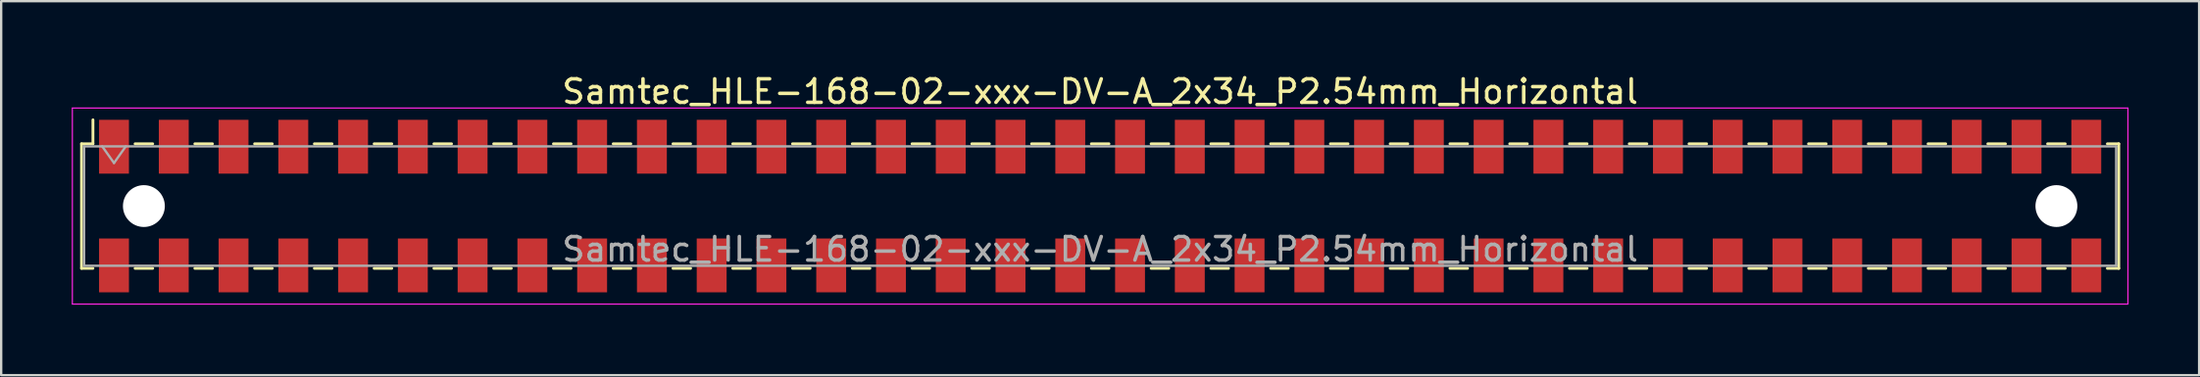
<source format=kicad_pcb>
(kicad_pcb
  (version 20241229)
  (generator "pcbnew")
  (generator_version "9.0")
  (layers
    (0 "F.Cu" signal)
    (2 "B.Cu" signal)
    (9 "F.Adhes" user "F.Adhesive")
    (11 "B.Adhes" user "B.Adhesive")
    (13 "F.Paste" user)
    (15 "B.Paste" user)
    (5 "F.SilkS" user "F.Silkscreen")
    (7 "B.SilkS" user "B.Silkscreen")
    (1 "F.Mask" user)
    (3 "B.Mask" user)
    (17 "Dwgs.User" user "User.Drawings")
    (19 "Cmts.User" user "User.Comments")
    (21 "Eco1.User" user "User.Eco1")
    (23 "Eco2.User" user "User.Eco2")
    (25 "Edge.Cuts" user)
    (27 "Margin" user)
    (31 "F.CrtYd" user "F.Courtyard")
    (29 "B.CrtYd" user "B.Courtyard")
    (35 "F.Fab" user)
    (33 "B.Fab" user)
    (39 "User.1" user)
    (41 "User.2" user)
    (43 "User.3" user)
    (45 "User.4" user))
  (footprint "Samtec_HLE-168-02-xxx-DV-A_2x34_P2.54mm_Horizontal"
    (layer "F.Cu")
    (at 43.705 5.718)
    (property "Reference" "Samtec_HLE-168-02-xxx-DV-A_2x34_P2.54mm_Horizontal" (at 0 -4.87 0) (layer "F.SilkS") (effects (font (size 1 1) (thickness 0.15))))
    (attr smd)
    (fp_line (start -43.29 -2.65) (end -43.29 2.65) (stroke (width 0.12) (type solid)) (layer "F.SilkS"))
    (fp_line (start -43.29 2.65) (end -42.805 2.65) (stroke (width 0.12) (type solid)) (layer "F.SilkS"))
    (fp_line (start -42.805 -3.67) (end -42.805 -2.65) (stroke (width 0.12) (type solid)) (layer "F.SilkS"))
    (fp_line (start -42.805 -2.65) (end -43.29 -2.65) (stroke (width 0.12) (type solid)) (layer "F.SilkS"))
    (fp_line (start -41.015 -2.65) (end -40.265 -2.65) (stroke (width 0.12) (type solid)) (layer "F.SilkS"))
    (fp_line (start -41.015 2.65) (end -40.265 2.65) (stroke (width 0.12) (type solid)) (layer "F.SilkS"))
    (fp_line (start -38.475 -2.65) (end -37.725 -2.65) (stroke (width 0.12) (type solid)) (layer "F.SilkS"))
    (fp_line (start -38.475 2.65) (end -37.725 2.65) (stroke (width 0.12) (type solid)) (layer "F.SilkS"))
    (fp_line (start -35.935 -2.65) (end -35.185 -2.65) (stroke (width 0.12) (type solid)) (layer "F.SilkS"))
    (fp_line (start -35.935 2.65) (end -35.185 2.65) (stroke (width 0.12) (type solid)) (layer "F.SilkS"))
    (fp_line (start -33.395 -2.65) (end -32.645 -2.65) (stroke (width 0.12) (type solid)) (layer "F.SilkS"))
    (fp_line (start -33.395 2.65) (end -32.645 2.65) (stroke (width 0.12) (type solid)) (layer "F.SilkS"))
    (fp_line (start -30.855 -2.65) (end -30.105 -2.65) (stroke (width 0.12) (type solid)) (layer "F.SilkS"))
    (fp_line (start -30.855 2.65) (end -30.105 2.65) (stroke (width 0.12) (type solid)) (layer "F.SilkS"))
    (fp_line (start -28.315 -2.65) (end -27.565 -2.65) (stroke (width 0.12) (type solid)) (layer "F.SilkS"))
    (fp_line (start -28.315 2.65) (end -27.565 2.65) (stroke (width 0.12) (type solid)) (layer "F.SilkS"))
    (fp_line (start -25.775 -2.65) (end -25.025 -2.65) (stroke (width 0.12) (type solid)) (layer "F.SilkS"))
    (fp_line (start -25.775 2.65) (end -25.025 2.65) (stroke (width 0.12) (type solid)) (layer "F.SilkS"))
    (fp_line (start -23.235 -2.65) (end -22.485 -2.65) (stroke (width 0.12) (type solid)) (layer "F.SilkS"))
    (fp_line (start -23.235 2.65) (end -22.485 2.65) (stroke (width 0.12) (type solid)) (layer "F.SilkS"))
    (fp_line (start -20.695 -2.65) (end -19.945 -2.65) (stroke (width 0.12) (type solid)) (layer "F.SilkS"))
    (fp_line (start -20.695 2.65) (end -19.945 2.65) (stroke (width 0.12) (type solid)) (layer "F.SilkS"))
    (fp_line (start -18.155 -2.65) (end -17.405 -2.65) (stroke (width 0.12) (type solid)) (layer "F.SilkS"))
    (fp_line (start -18.155 2.65) (end -17.405 2.65) (stroke (width 0.12) (type solid)) (layer "F.SilkS"))
    (fp_line (start -15.615 -2.65) (end -14.865 -2.65) (stroke (width 0.12) (type solid)) (layer "F.SilkS"))
    (fp_line (start -15.615 2.65) (end -14.865 2.65) (stroke (width 0.12) (type solid)) (layer "F.SilkS"))
    (fp_line (start -13.075 -2.65) (end -12.325 -2.65) (stroke (width 0.12) (type solid)) (layer "F.SilkS"))
    (fp_line (start -13.075 2.65) (end -12.325 2.65) (stroke (width 0.12) (type solid)) (layer "F.SilkS"))
    (fp_line (start -10.535 -2.65) (end -9.785 -2.65) (stroke (width 0.12) (type solid)) (layer "F.SilkS"))
    (fp_line (start -10.535 2.65) (end -9.785 2.65) (stroke (width 0.12) (type solid)) (layer "F.SilkS"))
    (fp_line (start -7.995 -2.65) (end -7.245 -2.65) (stroke (width 0.12) (type solid)) (layer "F.SilkS"))
    (fp_line (start -7.995 2.65) (end -7.245 2.65) (stroke (width 0.12) (type solid)) (layer "F.SilkS"))
    (fp_line (start -5.455 -2.65) (end -4.705 -2.65) (stroke (width 0.12) (type solid)) (layer "F.SilkS"))
    (fp_line (start -5.455 2.65) (end -4.705 2.65) (stroke (width 0.12) (type solid)) (layer "F.SilkS"))
    (fp_line (start -2.915 -2.65) (end -2.165 -2.65) (stroke (width 0.12) (type solid)) (layer "F.SilkS"))
    (fp_line (start -2.915 2.65) (end -2.165 2.65) (stroke (width 0.12) (type solid)) (layer "F.SilkS"))
    (fp_line (start -0.375 -2.65) (end 0.375 -2.65) (stroke (width 0.12) (type solid)) (layer "F.SilkS"))
    (fp_line (start -0.375 2.65) (end 0.375 2.65) (stroke (width 0.12) (type solid)) (layer "F.SilkS"))
    (fp_line (start 2.165 -2.65) (end 2.915 -2.65) (stroke (width 0.12) (type solid)) (layer "F.SilkS"))
    (fp_line (start 2.165 2.65) (end 2.915 2.65) (stroke (width 0.12) (type solid)) (layer "F.SilkS"))
    (fp_line (start 4.705 -2.65) (end 5.455 -2.65) (stroke (width 0.12) (type solid)) (layer "F.SilkS"))
    (fp_line (start 4.705 2.65) (end 5.455 2.65) (stroke (width 0.12) (type solid)) (layer "F.SilkS"))
    (fp_line (start 7.245 -2.65) (end 7.995 -2.65) (stroke (width 0.12) (type solid)) (layer "F.SilkS"))
    (fp_line (start 7.245 2.65) (end 7.995 2.65) (stroke (width 0.12) (type solid)) (layer "F.SilkS"))
    (fp_line (start 9.785 -2.65) (end 10.535 -2.65) (stroke (width 0.12) (type solid)) (layer "F.SilkS"))
    (fp_line (start 9.785 2.65) (end 10.535 2.65) (stroke (width 0.12) (type solid)) (layer "F.SilkS"))
    (fp_line (start 12.325 -2.65) (end 13.075 -2.65) (stroke (width 0.12) (type solid)) (layer "F.SilkS"))
    (fp_line (start 12.325 2.65) (end 13.075 2.65) (stroke (width 0.12) (type solid)) (layer "F.SilkS"))
    (fp_line (start 14.865 -2.65) (end 15.615 -2.65) (stroke (width 0.12) (type solid)) (layer "F.SilkS"))
    (fp_line (start 14.865 2.65) (end 15.615 2.65) (stroke (width 0.12) (type solid)) (layer "F.SilkS"))
    (fp_line (start 17.405 -2.65) (end 18.155 -2.65) (stroke (width 0.12) (type solid)) (layer "F.SilkS"))
    (fp_line (start 17.405 2.65) (end 18.155 2.65) (stroke (width 0.12) (type solid)) (layer "F.SilkS"))
    (fp_line (start 19.945 -2.65) (end 20.695 -2.65) (stroke (width 0.12) (type solid)) (layer "F.SilkS"))
    (fp_line (start 19.945 2.65) (end 20.695 2.65) (stroke (width 0.12) (type solid)) (layer "F.SilkS"))
    (fp_line (start 22.485 -2.65) (end 23.235 -2.65) (stroke (width 0.12) (type solid)) (layer "F.SilkS"))
    (fp_line (start 22.485 2.65) (end 23.235 2.65) (stroke (width 0.12) (type solid)) (layer "F.SilkS"))
    (fp_line (start 25.025 -2.65) (end 25.775 -2.65) (stroke (width 0.12) (type solid)) (layer "F.SilkS"))
    (fp_line (start 25.025 2.65) (end 25.775 2.65) (stroke (width 0.12) (type solid)) (layer "F.SilkS"))
    (fp_line (start 27.565 -2.65) (end 28.315 -2.65) (stroke (width 0.12) (type solid)) (layer "F.SilkS"))
    (fp_line (start 27.565 2.65) (end 28.315 2.65) (stroke (width 0.12) (type solid)) (layer "F.SilkS"))
    (fp_line (start 30.105 -2.65) (end 30.855 -2.65) (stroke (width 0.12) (type solid)) (layer "F.SilkS"))
    (fp_line (start 30.105 2.65) (end 30.855 2.65) (stroke (width 0.12) (type solid)) (layer "F.SilkS"))
    (fp_line (start 32.645 -2.65) (end 33.395 -2.65) (stroke (width 0.12) (type solid)) (layer "F.SilkS"))
    (fp_line (start 32.645 2.65) (end 33.395 2.65) (stroke (width 0.12) (type solid)) (layer "F.SilkS"))
    (fp_line (start 35.185 -2.65) (end 35.935 -2.65) (stroke (width 0.12) (type solid)) (layer "F.SilkS"))
    (fp_line (start 35.185 2.65) (end 35.935 2.65) (stroke (width 0.12) (type solid)) (layer "F.SilkS"))
    (fp_line (start 37.725 -2.65) (end 38.475 -2.65) (stroke (width 0.12) (type solid)) (layer "F.SilkS"))
    (fp_line (start 37.725 2.65) (end 38.475 2.65) (stroke (width 0.12) (type solid)) (layer "F.SilkS"))
    (fp_line (start 40.265 -2.65) (end 41.015 -2.65) (stroke (width 0.12) (type solid)) (layer "F.SilkS"))
    (fp_line (start 40.265 2.65) (end 41.015 2.65) (stroke (width 0.12) (type solid)) (layer "F.SilkS"))
    (fp_line (start 42.805 -2.65) (end 43.29 -2.65) (stroke (width 0.12) (type solid)) (layer "F.SilkS"))
    (fp_line (start 43.29 -2.65) (end 43.29 2.65) (stroke (width 0.12) (type solid)) (layer "F.SilkS"))
    (fp_line (start 43.29 2.65) (end 42.805 2.65) (stroke (width 0.12) (type solid)) (layer "F.SilkS"))
    (fp_line (start -43.68 -4.17) (end 43.68 -4.17) (stroke (width 0.05) (type solid)) (layer "F.CrtYd"))
    (fp_line (start -43.68 4.17) (end -43.68 -4.17) (stroke (width 0.05) (type solid)) (layer "F.CrtYd"))
    (fp_line (start 43.68 -4.17) (end 43.68 4.17) (stroke (width 0.05) (type solid)) (layer "F.CrtYd"))
    (fp_line (start 43.68 4.17) (end -43.68 4.17) (stroke (width 0.05) (type solid)) (layer "F.CrtYd"))
    (fp_line (start -43.18 -2.54) (end 43.18 -2.54) (stroke (width 0.1) (type solid)) (layer "F.Fab"))
    (fp_line (start -43.18 2.54) (end -43.18 -2.54) (stroke (width 0.1) (type solid)) (layer "F.Fab"))
    (fp_line (start -42.41 -2.54) (end -41.91 -1.833) (stroke (width 0.1) (type solid)) (layer "F.Fab"))
    (fp_line (start -41.91 -1.833) (end -41.41 -2.54) (stroke (width 0.1) (type solid)) (layer "F.Fab"))
    (fp_line (start 43.18 -2.54) (end 43.18 2.54) (stroke (width 0.1) (type solid)) (layer "F.Fab"))
    (fp_line (start 43.18 2.54) (end -43.18 2.54) (stroke (width 0.1) (type solid)) (layer "F.Fab"))
    (fp_text user "${REFERENCE}" (at 0 1.84 0) (layer "F.Fab") (effects (font (size 1 1) (thickness 0.15))))
    (pad "" np_thru_hole circle (at -40.64 0) (size 1.78 1.78) (drill 1.78) (layers "*.Cu" "*.Mask"))
    (pad "" np_thru_hole circle (at 40.64 0) (size 1.78 1.78) (drill 1.78) (layers "*.Cu" "*.Mask"))
    (pad "1" smd rect (at -41.91 -2.525) (size 1.27 2.29) (layers "F.Cu" "F.Mask" "F.Paste"))
    (pad "2" smd rect (at -41.91 2.525) (size 1.27 2.29) (layers "F.Cu" "F.Mask" "F.Paste"))
    (pad "3" smd rect (at -39.37 -2.525) (size 1.27 2.29) (layers "F.Cu" "F.Mask" "F.Paste"))
    (pad "4" smd rect (at -39.37 2.525) (size 1.27 2.29) (layers "F.Cu" "F.Mask" "F.Paste"))
    (pad "5" smd rect (at -36.83 -2.525) (size 1.27 2.29) (layers "F.Cu" "F.Mask" "F.Paste"))
    (pad "6" smd rect (at -36.83 2.525) (size 1.27 2.29) (layers "F.Cu" "F.Mask" "F.Paste"))
    (pad "7" smd rect (at -34.29 -2.525) (size 1.27 2.29) (layers "F.Cu" "F.Mask" "F.Paste"))
    (pad "8" smd rect (at -34.29 2.525) (size 1.27 2.29) (layers "F.Cu" "F.Mask" "F.Paste"))
    (pad "9" smd rect (at -31.75 -2.525) (size 1.27 2.29) (layers "F.Cu" "F.Mask" "F.Paste"))
    (pad "10" smd rect (at -31.75 2.525) (size 1.27 2.29) (layers "F.Cu" "F.Mask" "F.Paste"))
    (pad "11" smd rect (at -29.21 -2.525) (size 1.27 2.29) (layers "F.Cu" "F.Mask" "F.Paste"))
    (pad "12" smd rect (at -29.21 2.525) (size 1.27 2.29) (layers "F.Cu" "F.Mask" "F.Paste"))
    (pad "13" smd rect (at -26.67 -2.525) (size 1.27 2.29) (layers "F.Cu" "F.Mask" "F.Paste"))
    (pad "14" smd rect (at -26.67 2.525) (size 1.27 2.29) (layers "F.Cu" "F.Mask" "F.Paste"))
    (pad "15" smd rect (at -24.13 -2.525) (size 1.27 2.29) (layers "F.Cu" "F.Mask" "F.Paste"))
    (pad "16" smd rect (at -24.13 2.525) (size 1.27 2.29) (layers "F.Cu" "F.Mask" "F.Paste"))
    (pad "17" smd rect (at -21.59 -2.525) (size 1.27 2.29) (layers "F.Cu" "F.Mask" "F.Paste"))
    (pad "18" smd rect (at -21.59 2.525) (size 1.27 2.29) (layers "F.Cu" "F.Mask" "F.Paste"))
    (pad "19" smd rect (at -19.05 -2.525) (size 1.27 2.29) (layers "F.Cu" "F.Mask" "F.Paste"))
    (pad "20" smd rect (at -19.05 2.525) (size 1.27 2.29) (layers "F.Cu" "F.Mask" "F.Paste"))
    (pad "21" smd rect (at -16.51 -2.525) (size 1.27 2.29) (layers "F.Cu" "F.Mask" "F.Paste"))
    (pad "22" smd rect (at -16.51 2.525) (size 1.27 2.29) (layers "F.Cu" "F.Mask" "F.Paste"))
    (pad "23" smd rect (at -13.97 -2.525) (size 1.27 2.29) (layers "F.Cu" "F.Mask" "F.Paste"))
    (pad "24" smd rect (at -13.97 2.525) (size 1.27 2.29) (layers "F.Cu" "F.Mask" "F.Paste"))
    (pad "25" smd rect (at -11.43 -2.525) (size 1.27 2.29) (layers "F.Cu" "F.Mask" "F.Paste"))
    (pad "26" smd rect (at -11.43 2.525) (size 1.27 2.29) (layers "F.Cu" "F.Mask" "F.Paste"))
    (pad "27" smd rect (at -8.89 -2.525) (size 1.27 2.29) (layers "F.Cu" "F.Mask" "F.Paste"))
    (pad "28" smd rect (at -8.89 2.525) (size 1.27 2.29) (layers "F.Cu" "F.Mask" "F.Paste"))
    (pad "29" smd rect (at -6.35 -2.525) (size 1.27 2.29) (layers "F.Cu" "F.Mask" "F.Paste"))
    (pad "30" smd rect (at -6.35 2.525) (size 1.27 2.29) (layers "F.Cu" "F.Mask" "F.Paste"))
    (pad "31" smd rect (at -3.81 -2.525) (size 1.27 2.29) (layers "F.Cu" "F.Mask" "F.Paste"))
    (pad "32" smd rect (at -3.81 2.525) (size 1.27 2.29) (layers "F.Cu" "F.Mask" "F.Paste"))
    (pad "33" smd rect (at -1.27 -2.525) (size 1.27 2.29) (layers "F.Cu" "F.Mask" "F.Paste"))
    (pad "34" smd rect (at -1.27 2.525) (size 1.27 2.29) (layers "F.Cu" "F.Mask" "F.Paste"))
    (pad "35" smd rect (at 1.27 -2.525) (size 1.27 2.29) (layers "F.Cu" "F.Mask" "F.Paste"))
    (pad "36" smd rect (at 1.27 2.525) (size 1.27 2.29) (layers "F.Cu" "F.Mask" "F.Paste"))
    (pad "37" smd rect (at 3.81 -2.525) (size 1.27 2.29) (layers "F.Cu" "F.Mask" "F.Paste"))
    (pad "38" smd rect (at 3.81 2.525) (size 1.27 2.29) (layers "F.Cu" "F.Mask" "F.Paste"))
    (pad "39" smd rect (at 6.35 -2.525) (size 1.27 2.29) (layers "F.Cu" "F.Mask" "F.Paste"))
    (pad "40" smd rect (at 6.35 2.525) (size 1.27 2.29) (layers "F.Cu" "F.Mask" "F.Paste"))
    (pad "41" smd rect (at 8.89 -2.525) (size 1.27 2.29) (layers "F.Cu" "F.Mask" "F.Paste"))
    (pad "42" smd rect (at 8.89 2.525) (size 1.27 2.29) (layers "F.Cu" "F.Mask" "F.Paste"))
    (pad "43" smd rect (at 11.43 -2.525) (size 1.27 2.29) (layers "F.Cu" "F.Mask" "F.Paste"))
    (pad "44" smd rect (at 11.43 2.525) (size 1.27 2.29) (layers "F.Cu" "F.Mask" "F.Paste"))
    (pad "45" smd rect (at 13.97 -2.525) (size 1.27 2.29) (layers "F.Cu" "F.Mask" "F.Paste"))
    (pad "46" smd rect (at 13.97 2.525) (size 1.27 2.29) (layers "F.Cu" "F.Mask" "F.Paste"))
    (pad "47" smd rect (at 16.51 -2.525) (size 1.27 2.29) (layers "F.Cu" "F.Mask" "F.Paste"))
    (pad "48" smd rect (at 16.51 2.525) (size 1.27 2.29) (layers "F.Cu" "F.Mask" "F.Paste"))
    (pad "49" smd rect (at 19.05 -2.525) (size 1.27 2.29) (layers "F.Cu" "F.Mask" "F.Paste"))
    (pad "50" smd rect (at 19.05 2.525) (size 1.27 2.29) (layers "F.Cu" "F.Mask" "F.Paste"))
    (pad "51" smd rect (at 21.59 -2.525) (size 1.27 2.29) (layers "F.Cu" "F.Mask" "F.Paste"))
    (pad "52" smd rect (at 21.59 2.525) (size 1.27 2.29) (layers "F.Cu" "F.Mask" "F.Paste"))
    (pad "53" smd rect (at 24.13 -2.525) (size 1.27 2.29) (layers "F.Cu" "F.Mask" "F.Paste"))
    (pad "54" smd rect (at 24.13 2.525) (size 1.27 2.29) (layers "F.Cu" "F.Mask" "F.Paste"))
    (pad "55" smd rect (at 26.67 -2.525) (size 1.27 2.29) (layers "F.Cu" "F.Mask" "F.Paste"))
    (pad "56" smd rect (at 26.67 2.525) (size 1.27 2.29) (layers "F.Cu" "F.Mask" "F.Paste"))
    (pad "57" smd rect (at 29.21 -2.525) (size 1.27 2.29) (layers "F.Cu" "F.Mask" "F.Paste"))
    (pad "58" smd rect (at 29.21 2.525) (size 1.27 2.29) (layers "F.Cu" "F.Mask" "F.Paste"))
    (pad "59" smd rect (at 31.75 -2.525) (size 1.27 2.29) (layers "F.Cu" "F.Mask" "F.Paste"))
    (pad "60" smd rect (at 31.75 2.525) (size 1.27 2.29) (layers "F.Cu" "F.Mask" "F.Paste"))
    (pad "61" smd rect (at 34.29 -2.525) (size 1.27 2.29) (layers "F.Cu" "F.Mask" "F.Paste"))
    (pad "62" smd rect (at 34.29 2.525) (size 1.27 2.29) (layers "F.Cu" "F.Mask" "F.Paste"))
    (pad "63" smd rect (at 36.83 -2.525) (size 1.27 2.29) (layers "F.Cu" "F.Mask" "F.Paste"))
    (pad "64" smd rect (at 36.83 2.525) (size 1.27 2.29) (layers "F.Cu" "F.Mask" "F.Paste"))
    (pad "65" smd rect (at 39.37 -2.525) (size 1.27 2.29) (layers "F.Cu" "F.Mask" "F.Paste"))
    (pad "66" smd rect (at 39.37 2.525) (size 1.27 2.29) (layers "F.Cu" "F.Mask" "F.Paste"))
    (pad "67" smd rect (at 41.91 -2.525) (size 1.27 2.29) (layers "F.Cu" "F.Mask" "F.Paste"))
    (pad "68" smd rect (at 41.91 2.525) (size 1.27 2.29) (layers "F.Cu" "F.Mask" "F.Paste")))
  (gr_rect
    (start -3 -3)
    (end 90.41 12.913)
    (stroke (width 0.1) (type default))
    (fill no)
    (layer "Edge.Cuts")))
</source>
